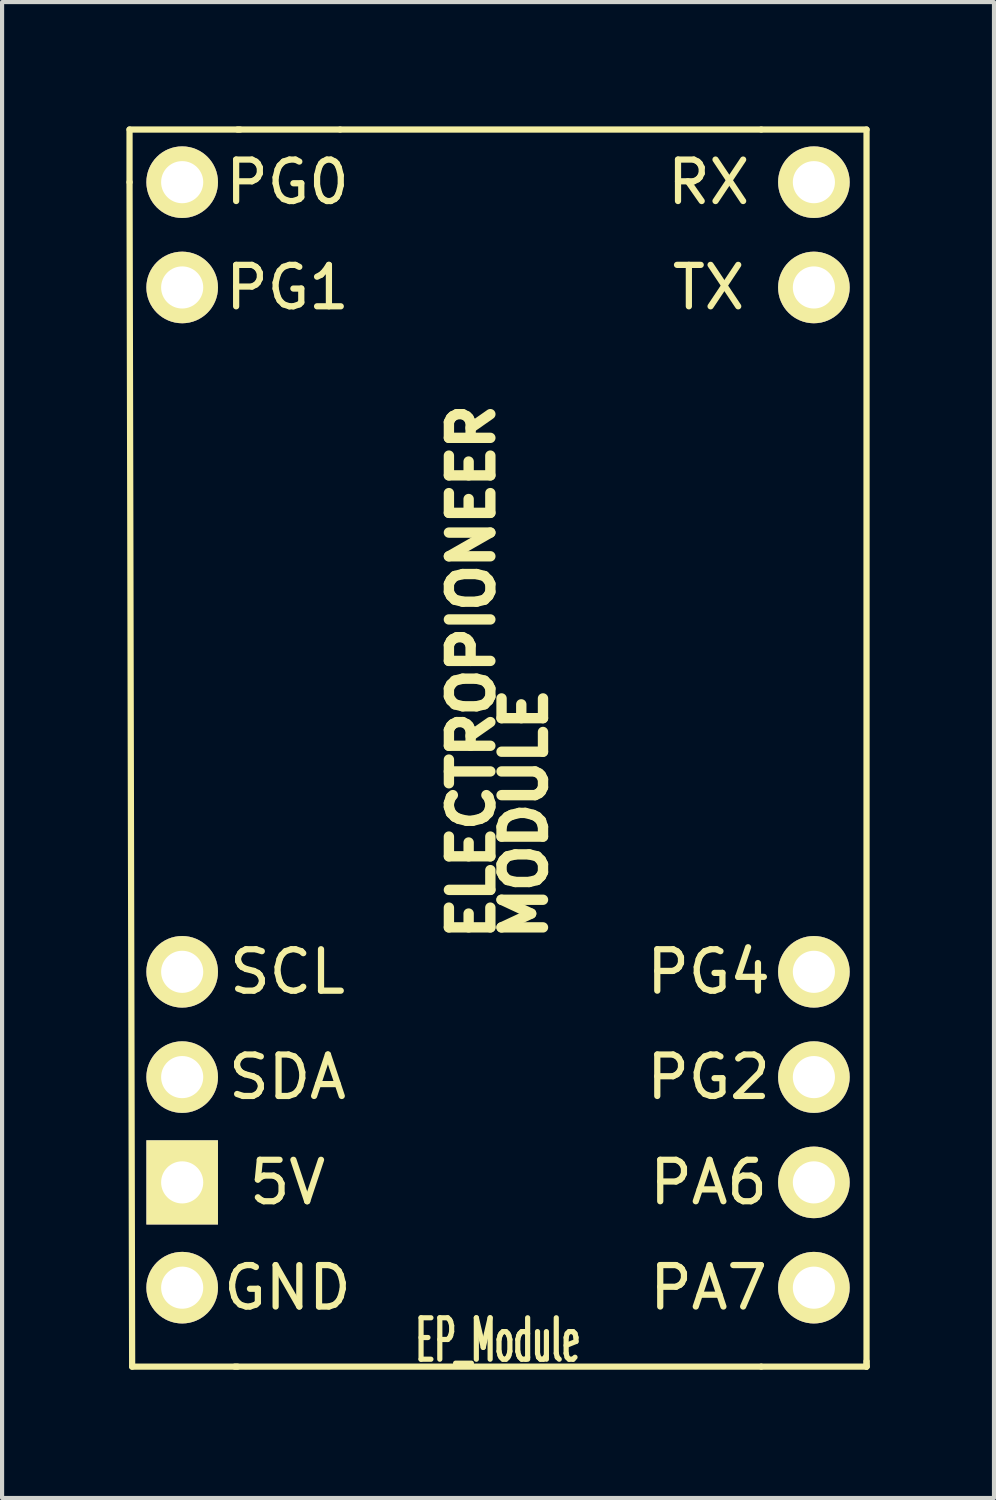
<source format=kicad_pcb>
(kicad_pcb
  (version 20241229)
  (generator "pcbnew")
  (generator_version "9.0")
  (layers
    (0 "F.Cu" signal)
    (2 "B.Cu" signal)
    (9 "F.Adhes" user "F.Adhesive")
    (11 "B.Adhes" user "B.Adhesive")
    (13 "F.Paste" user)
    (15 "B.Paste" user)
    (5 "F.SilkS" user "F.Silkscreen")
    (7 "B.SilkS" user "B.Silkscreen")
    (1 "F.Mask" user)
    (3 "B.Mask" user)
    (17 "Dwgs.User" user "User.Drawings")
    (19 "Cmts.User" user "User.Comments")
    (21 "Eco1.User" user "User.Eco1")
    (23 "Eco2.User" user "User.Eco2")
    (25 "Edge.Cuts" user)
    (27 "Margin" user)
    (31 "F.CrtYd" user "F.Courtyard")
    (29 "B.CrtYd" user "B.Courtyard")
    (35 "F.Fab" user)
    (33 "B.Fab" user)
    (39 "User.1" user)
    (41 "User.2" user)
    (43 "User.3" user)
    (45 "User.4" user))
  (footprint "EP_Module"
    (layer "F.Cu")
    (at 3.885 1.345)
    (property "Reference" "EP_Module" (at 5.08 27.94 0) (layer "F.SilkS") (effects (font (size 1 0.5) (thickness 0.125))))
    (attr through_hole)
    (fp_line (start -3.81 -1.27) (end -1.143 -1.27) (stroke (width 0.15) (type solid)) (layer "F.SilkS"))
    (fp_line (start -3.81 0) (end -3.81 -1.27) (stroke (width 0.15) (type solid)) (layer "F.SilkS"))
    (fp_line (start -3.81 0) (end -3.747 28.575) (stroke (width 0.15) (type solid)) (layer "F.SilkS"))
    (fp_line (start -3.747 28.575) (end -1.206 28.575) (stroke (width 0.15) (type solid)) (layer "F.SilkS"))
    (fp_line (start -1.27 28.575) (end 11.43 28.575) (stroke (width 0.15) (type solid)) (layer "F.SilkS"))
    (fp_line (start 1.27 -1.27) (end -1.206 -1.27) (stroke (width 0.15) (type solid)) (layer "F.SilkS"))
    (fp_line (start 11.43 -1.27) (end 1.27 -1.27) (stroke (width 0.15) (type solid)) (layer "F.SilkS"))
    (fp_line (start 11.43 -1.27) (end 13.97 -1.27) (stroke (width 0.15) (type solid)) (layer "F.SilkS"))
    (fp_line (start 11.43 28.575) (end 13.97 28.575) (stroke (width 0.15) (type solid)) (layer "F.SilkS"))
    (fp_line (start 13.97 -1.27) (end 13.97 28.448) (stroke (width 0.15) (type solid)) (layer "F.SilkS"))
    (fp_line (start 13.97 28.575) (end 13.97 28.448) (stroke (width 0.15) (type solid)) (layer "F.SilkS"))
    (fp_line (start 13.97 28.575) (end 13.97 28.512) (stroke (width 0.15) (type solid)) (layer "F.SilkS"))
    (fp_text user "PA7" (at 10.16 26.67 0) (layer "F.SilkS") (effects (font (size 1 1) (thickness 0.15))))
    (fp_text user "PG2" (at 10.16 21.59 180) (layer "F.SilkS") (effects (font (size 1 1) (thickness 0.15))))
    (fp_text user "SDA" (at 0 21.59 180) (layer "F.SilkS") (effects (font (size 1 1) (thickness 0.15))))
    (fp_text user "SCL" (at 0 19.05 180) (layer "F.SilkS") (effects (font (size 1 1) (thickness 0.15))))
    (fp_text user "GND" (at 0 26.67 180) (layer "F.SilkS") (effects (font (size 1 1) (thickness 0.15))))
    (fp_text user "PG4" (at 10.16 19.05 180) (layer "F.SilkS") (effects (font (size 1 1) (thickness 0.15))))
    (fp_text user "TX" (at 10.16 2.54 180) (layer "F.SilkS") (effects (font (size 1 1) (thickness 0.15))))
    (fp_text user "RX" (at 10.16 0 180) (layer "F.SilkS") (effects (font (size 1 1) (thickness 0.15))))
    (fp_text user "PA6" (at 10.16 24.13 0) (layer "F.SilkS") (effects (font (size 1 1) (thickness 0.15))))
    (fp_text user "5V" (at 0 24.13 180) (layer "F.SilkS") (effects (font (size 1 1) (thickness 0.15))))
    (fp_text user "PG1" (at 0 2.54 180) (layer "F.SilkS") (effects (font (size 1 1) (thickness 0.15))))
    (fp_text user "MODULE" (at 5.715 15.24 90) (layer "F.SilkS") (effects (font (size 1 1) (thickness 0.25))))
    (fp_text user "ELECTROPIONEER " (at 4.445 11.43 90) (layer "F.SilkS") (effects (font (size 1 1) (thickness 0.25))))
    (fp_text user "PG0" (at 0 0 180) (layer "F.SilkS") (effects (font (size 1 1) (thickness 0.15))))
    (pad "1" thru_hole rect (at -2.54 24.13) (size 1.727 2.032) (drill 1.016) (layers "*.Cu" "*.Mask" "F.SilkS"))
    (pad "2" thru_hole circle (at -2.54 26.67) (size 1.727 1.727) (drill 1.016) (layers "*.Cu" "*.Mask" "F.SilkS"))
    (pad "3" thru_hole circle (at -2.54 0) (size 1.727 1.727) (drill 1.016) (layers "*.Cu" "*.Mask" "F.SilkS"))
    (pad "4" thru_hole circle (at -2.54 2.54) (size 1.727 1.727) (drill 1.016) (layers "*.Cu" "*.Mask" "F.SilkS"))
    (pad "5" thru_hole circle (at 12.7 21.59) (size 1.727 1.727) (drill 1.016) (layers "*.Cu" "*.Mask" "F.SilkS"))
    (pad "6" thru_hole circle (at -2.54 19.05) (size 1.727 1.727) (drill 1.016) (layers "*.Cu" "*.Mask" "F.SilkS"))
    (pad "7" thru_hole circle (at -2.54 21.59) (size 1.727 1.727) (drill 1.016) (layers "*.Cu" "*.Mask" "F.SilkS"))
    (pad "8" thru_hole circle (at 12.7 2.54) (size 1.727 1.727) (drill 1.016) (layers "*.Cu" "*.Mask" "F.SilkS"))
    (pad "9" thru_hole circle (at 12.7 0) (size 1.727 1.727) (drill 1.016) (layers "*.Cu" "*.Mask" "F.SilkS"))
    (pad "10" thru_hole circle (at 12.7 19.05) (size 1.727 1.727) (drill 1.016) (layers "*.Cu" "*.Mask" "F.SilkS"))
    (pad "11" thru_hole circle (at 12.7 24.13) (size 1.727 1.727) (drill 1.016) (layers "*.Cu" "*.Mask" "F.SilkS"))
    (pad "12" thru_hole circle (at 12.7 26.67) (size 1.727 1.727) (drill 1.016) (layers "*.Cu" "*.Mask" "F.SilkS")))
  (gr_rect
    (start -3 -3)
    (end 20.93 33.089)
    (stroke (width 0.1) (type default))
    (fill no)
    (layer "Edge.Cuts")))
</source>
